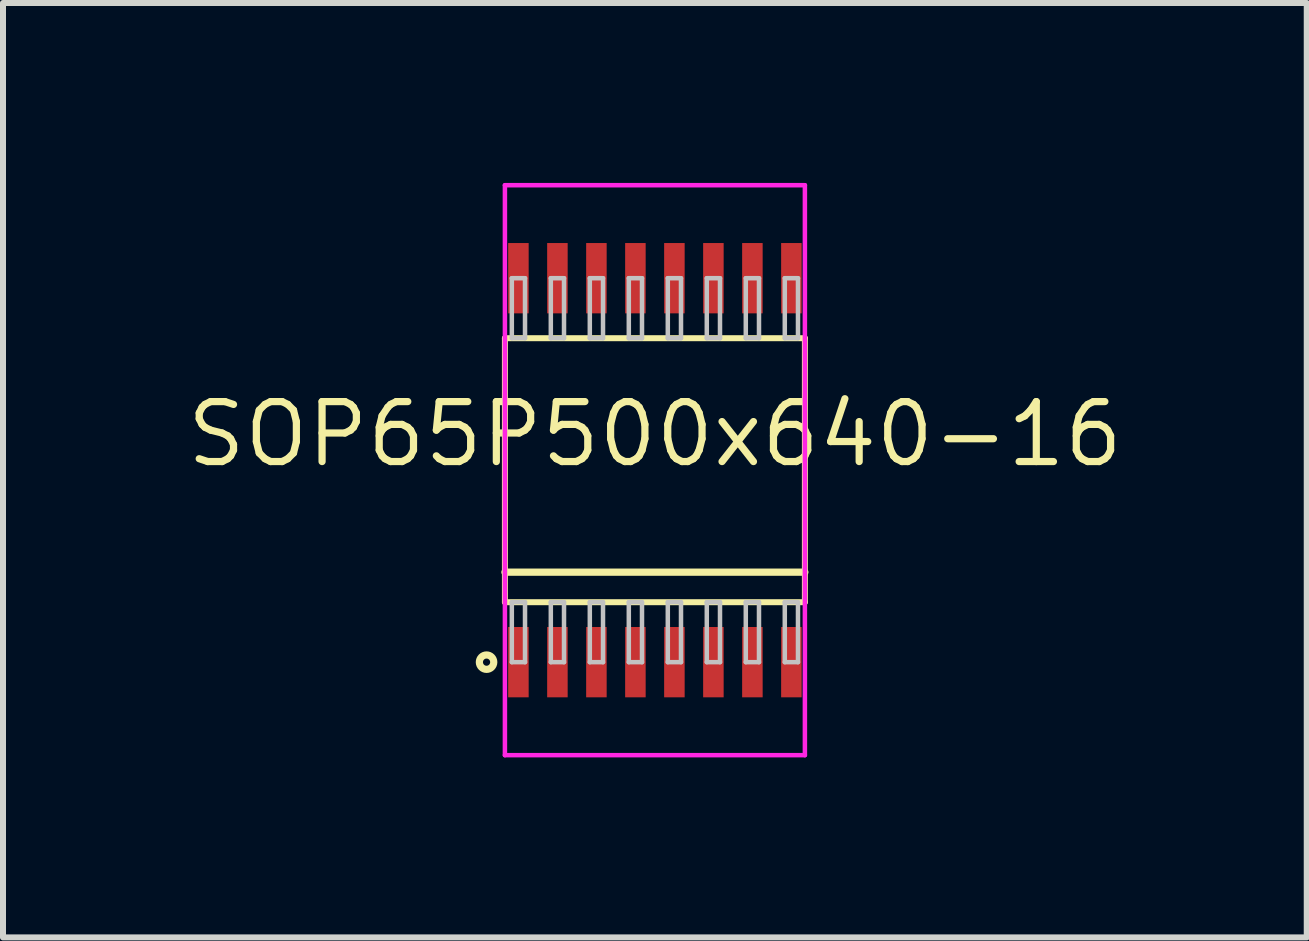
<source format=kicad_pcb>
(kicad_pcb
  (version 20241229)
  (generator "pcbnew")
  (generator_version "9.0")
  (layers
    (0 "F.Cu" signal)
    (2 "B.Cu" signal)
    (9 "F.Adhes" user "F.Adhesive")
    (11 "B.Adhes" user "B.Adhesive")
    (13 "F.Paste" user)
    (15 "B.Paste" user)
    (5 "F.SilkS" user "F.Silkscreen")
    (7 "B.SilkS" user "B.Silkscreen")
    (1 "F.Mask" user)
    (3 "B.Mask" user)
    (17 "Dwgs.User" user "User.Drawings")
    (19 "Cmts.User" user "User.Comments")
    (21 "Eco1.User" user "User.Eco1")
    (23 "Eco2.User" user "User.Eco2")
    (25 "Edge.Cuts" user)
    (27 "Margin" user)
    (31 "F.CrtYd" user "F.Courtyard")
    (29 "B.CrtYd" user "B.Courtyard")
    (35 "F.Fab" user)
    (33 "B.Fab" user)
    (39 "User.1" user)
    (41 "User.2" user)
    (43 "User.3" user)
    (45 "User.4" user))
  (footprint "SOP65P500x640-16"
    (layer "F.Cu")
    (at 7.866 4.787)
    (property "Reference" "SOP65P500x640-16" (at 0 -0.6 0) (layer "F.SilkS") (effects (font (size 1 1) (thickness 0.12))))
    (attr through_hole)
    (fp_line (start -2.5 -2.2) (end -2.5 2.2) (stroke (width 0.1) (type solid)) (layer "F.SilkS"))
    (fp_line (start -2.5 1.7) (end 2.5 1.7) (stroke (width 0.12) (type solid)) (layer "F.SilkS"))
    (fp_line (start -2.5 2.2) (end 2.5 2.2) (stroke (width 0.1) (type solid)) (layer "F.SilkS"))
    (fp_line (start 2.5 -2.2) (end -2.5 -2.2) (stroke (width 0.1) (type solid)) (layer "F.SilkS"))
    (fp_line (start 2.5 2.2) (end 2.5 -2.2) (stroke (width 0.1) (type solid)) (layer "F.SilkS"))
    (fp_circle (center -2.806 3.2) (end -2.686 3.2) (stroke (width 0.12) (type solid)) (fill no) (layer "F.SilkS"))
    (fp_line (start -2.385 -3.2) (end -2.385 -2.2) (stroke (width 0.075) (type solid)) (layer "Dwgs.User"))
    (fp_line (start -2.385 -2.2) (end -2.165 -2.2) (stroke (width 0.075) (type solid)) (layer "Dwgs.User"))
    (fp_line (start -2.385 2.2) (end -2.165 2.2) (stroke (width 0.075) (type solid)) (layer "Dwgs.User"))
    (fp_line (start -2.385 3.2) (end -2.385 2.2) (stroke (width 0.075) (type solid)) (layer "Dwgs.User"))
    (fp_line (start -2.165 -3.2) (end -2.385 -3.2) (stroke (width 0.075) (type solid)) (layer "Dwgs.User"))
    (fp_line (start -2.165 -2.2) (end -2.165 -3.2) (stroke (width 0.075) (type solid)) (layer "Dwgs.User"))
    (fp_line (start -2.165 2.2) (end -2.165 3.2) (stroke (width 0.075) (type solid)) (layer "Dwgs.User"))
    (fp_line (start -2.165 3.2) (end -2.385 3.2) (stroke (width 0.075) (type solid)) (layer "Dwgs.User"))
    (fp_line (start -1.735 -3.2) (end -1.735 -2.2) (stroke (width 0.075) (type solid)) (layer "Dwgs.User"))
    (fp_line (start -1.735 -2.2) (end -1.515 -2.2) (stroke (width 0.075) (type solid)) (layer "Dwgs.User"))
    (fp_line (start -1.735 2.2) (end -1.515 2.2) (stroke (width 0.075) (type solid)) (layer "Dwgs.User"))
    (fp_line (start -1.735 3.2) (end -1.735 2.2) (stroke (width 0.075) (type solid)) (layer "Dwgs.User"))
    (fp_line (start -1.515 -3.2) (end -1.735 -3.2) (stroke (width 0.075) (type solid)) (layer "Dwgs.User"))
    (fp_line (start -1.515 -2.2) (end -1.515 -3.2) (stroke (width 0.075) (type solid)) (layer "Dwgs.User"))
    (fp_line (start -1.515 2.2) (end -1.515 3.2) (stroke (width 0.075) (type solid)) (layer "Dwgs.User"))
    (fp_line (start -1.515 3.2) (end -1.735 3.2) (stroke (width 0.075) (type solid)) (layer "Dwgs.User"))
    (fp_line (start -1.085 -3.2) (end -1.085 -2.2) (stroke (width 0.075) (type solid)) (layer "Dwgs.User"))
    (fp_line (start -1.085 -2.2) (end -0.865 -2.2) (stroke (width 0.075) (type solid)) (layer "Dwgs.User"))
    (fp_line (start -1.085 2.2) (end -0.865 2.2) (stroke (width 0.075) (type solid)) (layer "Dwgs.User"))
    (fp_line (start -1.085 3.2) (end -1.085 2.2) (stroke (width 0.075) (type solid)) (layer "Dwgs.User"))
    (fp_line (start -0.865 -3.2) (end -1.085 -3.2) (stroke (width 0.075) (type solid)) (layer "Dwgs.User"))
    (fp_line (start -0.865 -2.2) (end -0.865 -3.2) (stroke (width 0.075) (type solid)) (layer "Dwgs.User"))
    (fp_line (start -0.865 2.2) (end -0.865 3.2) (stroke (width 0.075) (type solid)) (layer "Dwgs.User"))
    (fp_line (start -0.865 3.2) (end -1.085 3.2) (stroke (width 0.075) (type solid)) (layer "Dwgs.User"))
    (fp_line (start -0.435 -3.2) (end -0.435 -2.2) (stroke (width 0.075) (type solid)) (layer "Dwgs.User"))
    (fp_line (start -0.435 -2.2) (end -0.215 -2.2) (stroke (width 0.075) (type solid)) (layer "Dwgs.User"))
    (fp_line (start -0.435 2.2) (end -0.215 2.2) (stroke (width 0.075) (type solid)) (layer "Dwgs.User"))
    (fp_line (start -0.435 3.2) (end -0.435 2.2) (stroke (width 0.075) (type solid)) (layer "Dwgs.User"))
    (fp_line (start -0.215 -3.2) (end -0.435 -3.2) (stroke (width 0.075) (type solid)) (layer "Dwgs.User"))
    (fp_line (start -0.215 -2.2) (end -0.215 -3.2) (stroke (width 0.075) (type solid)) (layer "Dwgs.User"))
    (fp_line (start -0.215 2.2) (end -0.215 3.2) (stroke (width 0.075) (type solid)) (layer "Dwgs.User"))
    (fp_line (start -0.215 3.2) (end -0.435 3.2) (stroke (width 0.075) (type solid)) (layer "Dwgs.User"))
    (fp_line (start 0.215 -3.2) (end 0.215 -2.2) (stroke (width 0.075) (type solid)) (layer "Dwgs.User"))
    (fp_line (start 0.215 -2.2) (end 0.435 -2.2) (stroke (width 0.075) (type solid)) (layer "Dwgs.User"))
    (fp_line (start 0.215 2.2) (end 0.435 2.2) (stroke (width 0.075) (type solid)) (layer "Dwgs.User"))
    (fp_line (start 0.215 3.2) (end 0.215 2.2) (stroke (width 0.075) (type solid)) (layer "Dwgs.User"))
    (fp_line (start 0.435 -3.2) (end 0.215 -3.2) (stroke (width 0.075) (type solid)) (layer "Dwgs.User"))
    (fp_line (start 0.435 -2.2) (end 0.435 -3.2) (stroke (width 0.075) (type solid)) (layer "Dwgs.User"))
    (fp_line (start 0.435 2.2) (end 0.435 3.2) (stroke (width 0.075) (type solid)) (layer "Dwgs.User"))
    (fp_line (start 0.435 3.2) (end 0.215 3.2) (stroke (width 0.075) (type solid)) (layer "Dwgs.User"))
    (fp_line (start 0.865 -3.2) (end 0.865 -2.2) (stroke (width 0.075) (type solid)) (layer "Dwgs.User"))
    (fp_line (start 0.865 -2.2) (end 1.085 -2.2) (stroke (width 0.075) (type solid)) (layer "Dwgs.User"))
    (fp_line (start 0.865 2.2) (end 1.085 2.2) (stroke (width 0.075) (type solid)) (layer "Dwgs.User"))
    (fp_line (start 0.865 3.2) (end 0.865 2.2) (stroke (width 0.075) (type solid)) (layer "Dwgs.User"))
    (fp_line (start 1.085 -3.2) (end 0.865 -3.2) (stroke (width 0.075) (type solid)) (layer "Dwgs.User"))
    (fp_line (start 1.085 -2.2) (end 1.085 -3.2) (stroke (width 0.075) (type solid)) (layer "Dwgs.User"))
    (fp_line (start 1.085 2.2) (end 1.085 3.2) (stroke (width 0.075) (type solid)) (layer "Dwgs.User"))
    (fp_line (start 1.085 3.2) (end 0.865 3.2) (stroke (width 0.075) (type solid)) (layer "Dwgs.User"))
    (fp_line (start 1.515 -3.2) (end 1.515 -2.2) (stroke (width 0.075) (type solid)) (layer "Dwgs.User"))
    (fp_line (start 1.515 -2.2) (end 1.735 -2.2) (stroke (width 0.075) (type solid)) (layer "Dwgs.User"))
    (fp_line (start 1.515 2.2) (end 1.735 2.2) (stroke (width 0.075) (type solid)) (layer "Dwgs.User"))
    (fp_line (start 1.515 3.2) (end 1.515 2.2) (stroke (width 0.075) (type solid)) (layer "Dwgs.User"))
    (fp_line (start 1.735 -3.2) (end 1.515 -3.2) (stroke (width 0.075) (type solid)) (layer "Dwgs.User"))
    (fp_line (start 1.735 -2.2) (end 1.735 -3.2) (stroke (width 0.075) (type solid)) (layer "Dwgs.User"))
    (fp_line (start 1.735 2.2) (end 1.735 3.2) (stroke (width 0.075) (type solid)) (layer "Dwgs.User"))
    (fp_line (start 1.735 3.2) (end 1.515 3.2) (stroke (width 0.075) (type solid)) (layer "Dwgs.User"))
    (fp_line (start 2.165 -3.2) (end 2.165 -2.2) (stroke (width 0.075) (type solid)) (layer "Dwgs.User"))
    (fp_line (start 2.165 -2.2) (end 2.385 -2.2) (stroke (width 0.075) (type solid)) (layer "Dwgs.User"))
    (fp_line (start 2.165 2.2) (end 2.385 2.2) (stroke (width 0.075) (type solid)) (layer "Dwgs.User"))
    (fp_line (start 2.165 3.2) (end 2.165 2.2) (stroke (width 0.075) (type solid)) (layer "Dwgs.User"))
    (fp_line (start 2.385 -3.2) (end 2.165 -3.2) (stroke (width 0.075) (type solid)) (layer "Dwgs.User"))
    (fp_line (start 2.385 -2.2) (end 2.385 -3.2) (stroke (width 0.075) (type solid)) (layer "Dwgs.User"))
    (fp_line (start 2.385 2.2) (end 2.385 3.2) (stroke (width 0.075) (type solid)) (layer "Dwgs.User"))
    (fp_line (start 2.385 3.2) (end 2.165 3.2) (stroke (width 0.075) (type solid)) (layer "Dwgs.User"))
    (fp_line (start -0.75 0) (end 0.75 0) (stroke (width 0.12) (type solid)) (layer "Eco1.User"))
    (fp_line (start 0 -0.75) (end 0 0.75) (stroke (width 0.12) (type solid)) (layer "Eco1.User"))
    (fp_circle (center 0 0) (end 0.5 0) (stroke (width 0.12) (type solid)) (fill no) (layer "Eco1.User"))
    (fp_line (start -2.5 -4.75) (end -2.5 4.75) (stroke (width 0.075) (type solid)) (layer "F.CrtYd"))
    (fp_line (start -2.5 4.75) (end 2.5 4.75) (stroke (width 0.075) (type solid)) (layer "F.CrtYd"))
    (fp_line (start 2.5 -4.75) (end -2.5 -4.75) (stroke (width 0.075) (type solid)) (layer "F.CrtYd"))
    (fp_line (start 2.5 4.75) (end 2.5 -4.75) (stroke (width 0.075) (type solid)) (layer "F.CrtYd"))
    (pad "1" smd rect (at -2.275 3.2) (size 0.342 1.172) (layers "F.Cu" "F.Mask" "F.Paste"))
    (pad "2" smd rect (at -1.625 3.2) (size 0.342 1.172) (layers "F.Cu" "F.Mask" "F.Paste"))
    (pad "3" smd rect (at -0.975 3.2) (size 0.342 1.172) (layers "F.Cu" "F.Mask" "F.Paste"))
    (pad "4" smd rect (at -0.325 3.2) (size 0.342 1.172) (layers "F.Cu" "F.Mask" "F.Paste"))
    (pad "5" smd rect (at 0.325 3.2) (size 0.342 1.172) (layers "F.Cu" "F.Mask" "F.Paste"))
    (pad "6" smd rect (at 0.975 3.2) (size 0.342 1.172) (layers "F.Cu" "F.Mask" "F.Paste"))
    (pad "7" smd rect (at 1.625 3.2) (size 0.342 1.172) (layers "F.Cu" "F.Mask" "F.Paste"))
    (pad "8" smd rect (at 2.275 3.2) (size 0.342 1.172) (layers "F.Cu" "F.Mask" "F.Paste"))
    (pad "9" smd rect (at 2.275 -3.2) (size 0.342 1.172) (layers "F.Cu" "F.Mask" "F.Paste"))
    (pad "10" smd rect (at 1.625 -3.2) (size 0.342 1.172) (layers "F.Cu" "F.Mask" "F.Paste"))
    (pad "11" smd rect (at 0.975 -3.2) (size 0.342 1.172) (layers "F.Cu" "F.Mask" "F.Paste"))
    (pad "12" smd rect (at 0.325 -3.2) (size 0.342 1.172) (layers "F.Cu" "F.Mask" "F.Paste"))
    (pad "13" smd rect (at -0.325 -3.2) (size 0.342 1.172) (layers "F.Cu" "F.Mask" "F.Paste"))
    (pad "14" smd rect (at -0.975 -3.2) (size 0.342 1.172) (layers "F.Cu" "F.Mask" "F.Paste"))
    (pad "15" smd rect (at -1.625 -3.2) (size 0.342 1.172) (layers "F.Cu" "F.Mask" "F.Paste"))
    (pad "16" smd rect (at -2.275 -3.2) (size 0.342 1.172) (layers "F.Cu" "F.Mask" "F.Paste")))
  (gr_rect
    (start -3 -3)
    (end 18.731 12.575)
    (stroke (width 0.1) (type default))
    (fill no)
    (layer "Edge.Cuts")))
</source>
